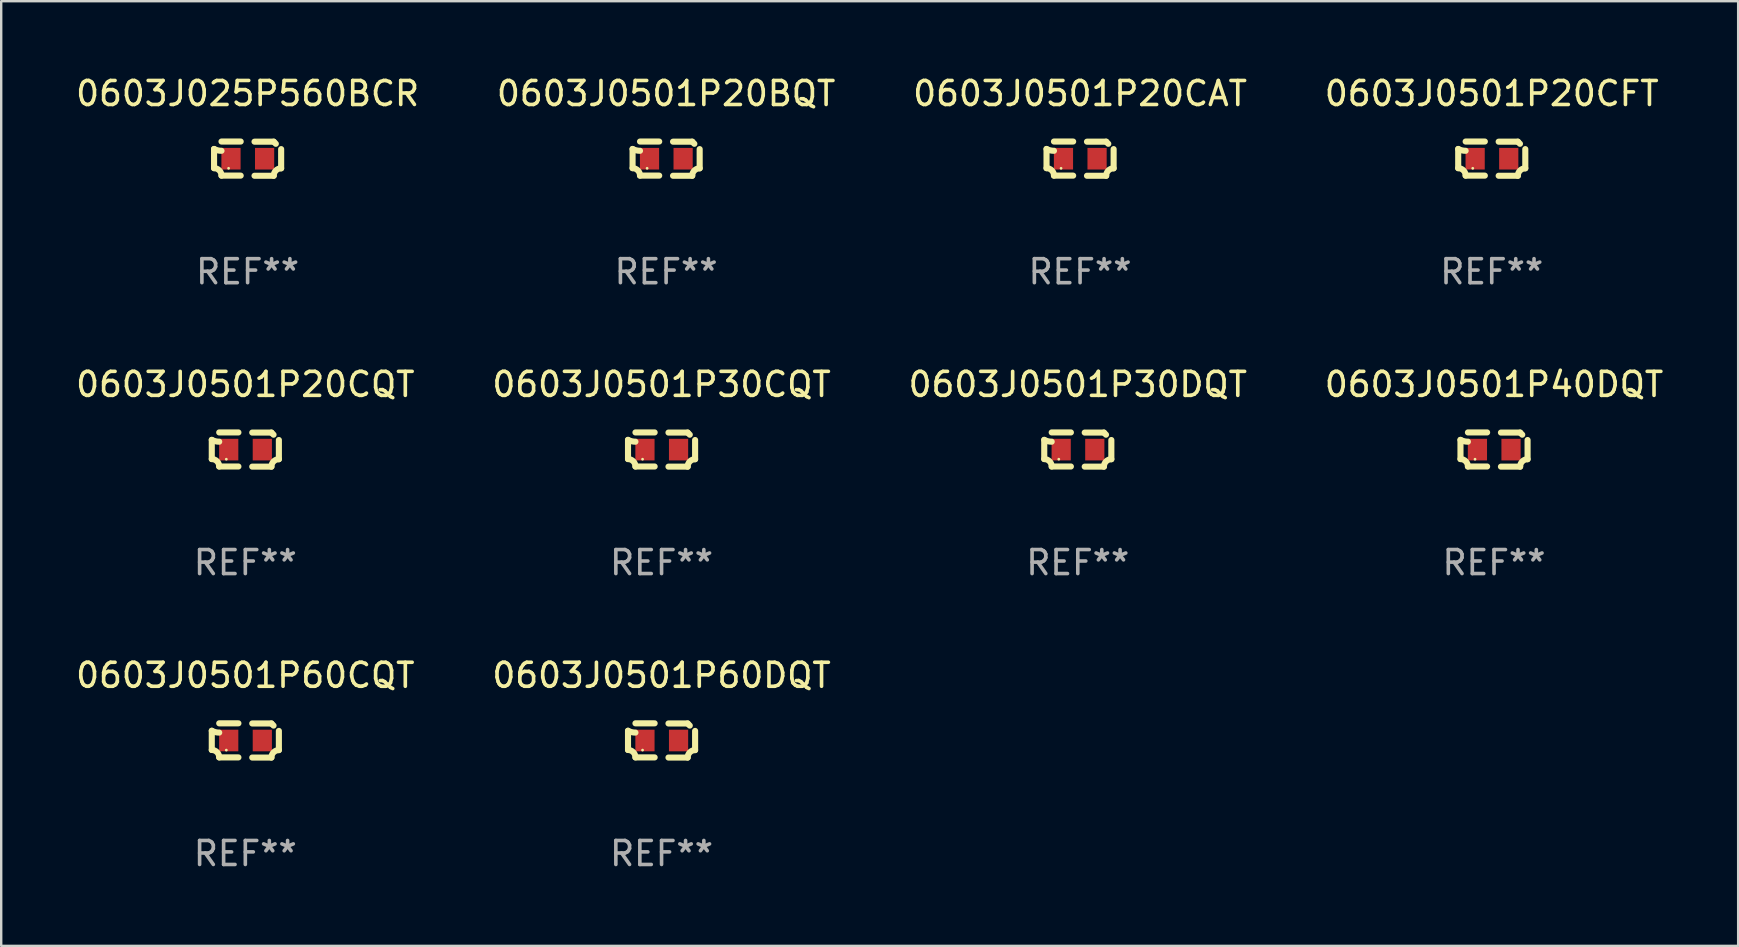
<source format=kicad_pcb>
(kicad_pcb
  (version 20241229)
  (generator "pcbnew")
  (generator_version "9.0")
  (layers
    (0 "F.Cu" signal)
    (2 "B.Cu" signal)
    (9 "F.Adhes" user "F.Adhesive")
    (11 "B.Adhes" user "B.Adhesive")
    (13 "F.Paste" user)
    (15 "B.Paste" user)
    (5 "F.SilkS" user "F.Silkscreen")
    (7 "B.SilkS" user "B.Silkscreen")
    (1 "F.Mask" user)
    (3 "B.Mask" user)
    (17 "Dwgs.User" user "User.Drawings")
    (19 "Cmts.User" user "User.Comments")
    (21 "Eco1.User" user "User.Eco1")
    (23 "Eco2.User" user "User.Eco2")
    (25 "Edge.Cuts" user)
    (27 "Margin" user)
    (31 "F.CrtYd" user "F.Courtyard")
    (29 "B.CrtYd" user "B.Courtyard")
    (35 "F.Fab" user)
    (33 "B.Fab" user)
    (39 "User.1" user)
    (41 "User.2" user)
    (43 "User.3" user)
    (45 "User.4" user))
  (footprint "0603J0501P40DQT"
    (layer "F.Cu")
    (at 59.208 15.683)
    (property "Reference" "0603J0501P40DQT" (at 0 -2.713 0) (layer "F.SilkS") (effects (font (size 1 1) (thickness 0.15))))
    (attr through_hole)
    (fp_line (start -1.398 -0.403) (end -1.398 0.397) (stroke (width 0.254) (type solid)) (layer "F.SilkS"))
    (fp_line (start -0.288 -0.713) (end -1.088 -0.713) (stroke (width 0.254) (type solid)) (layer "F.SilkS"))
    (fp_line (start -0.288 0.707) (end -1.088 0.707) (stroke (width 0.254) (type solid)) (layer "F.SilkS"))
    (fp_line (start 0.288 -0.707) (end 1.088 -0.707) (stroke (width 0.254) (type solid)) (layer "F.SilkS"))
    (fp_line (start 0.288 0.713) (end 1.088 0.713) (stroke (width 0.254) (type solid)) (layer "F.SilkS"))
    (fp_line (start 1.398 -0.397) (end 1.398 0.403) (stroke (width 0.254) (type solid)) (layer "F.SilkS"))
    (fp_arc (start -1.397789 0.397066) (mid -1.178701 0.487826) (end -1.08796 0.706922) (stroke (width 0.254001) (type solid)) (layer "F.SilkS"))
    (fp_arc (start -1.08796 -0.327176) (mid -1.247436 -0.346384) (end -1.39779 -0.402908) (stroke (width 0.254001) (type solid)) (layer "F.SilkS"))
    (fp_arc (start 1.087909 0.712738) (mid 1.178656 0.493655) (end 1.397739 0.402908) (stroke (width 0.254001) (type solid)) (layer "F.SilkS"))
    (fp_arc (start 1.175925 -0.618926) (mid 1.131917 -0.662923) (end 1.08791 -0.706922) (stroke (width 0.254001) (type solid)) (layer "F.SilkS"))
    (fp_circle (center -0.792 0.403) (end -0.762 0.403) (stroke (width 0.06) (type solid)) (fill no) (layer "F.SilkS"))
    (fp_text user "REF**" (at 0 4.713 0) (layer "F.Fab") (effects (font (size 1 1) (thickness 0.15))))
    (pad "1" smd rect (at -0.692 0.003) (size 0.8 0.9) (layers "F.Cu" "F.Mask" "F.Paste"))
    (pad "2" smd rect (at 0.708 0.003) (size 0.8 0.9) (layers "F.Cu" "F.Mask" "F.Paste")))
  (footprint "0603J025P560BCR"
    (layer "F.Cu")
    (at 7.268 3.561)
    (property "Reference" "0603J025P560BCR" (at 0 -2.713 0) (layer "F.SilkS") (effects (font (size 1 1) (thickness 0.15))))
    (attr through_hole)
    (fp_line (start -1.398 -0.403) (end -1.398 0.397) (stroke (width 0.254) (type solid)) (layer "F.SilkS"))
    (fp_line (start -0.288 -0.713) (end -1.088 -0.713) (stroke (width 0.254) (type solid)) (layer "F.SilkS"))
    (fp_line (start -0.288 0.707) (end -1.088 0.707) (stroke (width 0.254) (type solid)) (layer "F.SilkS"))
    (fp_line (start 0.288 -0.707) (end 1.088 -0.707) (stroke (width 0.254) (type solid)) (layer "F.SilkS"))
    (fp_line (start 0.288 0.713) (end 1.088 0.713) (stroke (width 0.254) (type solid)) (layer "F.SilkS"))
    (fp_line (start 1.398 -0.397) (end 1.398 0.403) (stroke (width 0.254) (type solid)) (layer "F.SilkS"))
    (fp_arc (start -1.397789 0.397066) (mid -1.178701 0.487826) (end -1.08796 0.706922) (stroke (width 0.254001) (type solid)) (layer "F.SilkS"))
    (fp_arc (start -1.08796 -0.327176) (mid -1.247436 -0.346384) (end -1.39779 -0.402908) (stroke (width 0.254001) (type solid)) (layer "F.SilkS"))
    (fp_arc (start 1.087909 0.712738) (mid 1.178656 0.493655) (end 1.397739 0.402908) (stroke (width 0.254001) (type solid)) (layer "F.SilkS"))
    (fp_arc (start 1.175925 -0.618926) (mid 1.131917 -0.662923) (end 1.08791 -0.706922) (stroke (width 0.254001) (type solid)) (layer "F.SilkS"))
    (fp_circle (center -0.792 0.403) (end -0.762 0.403) (stroke (width 0.06) (type solid)) (fill no) (layer "F.SilkS"))
    (fp_text user "REF**" (at 0 4.713 0) (layer "F.Fab") (effects (font (size 1 1) (thickness 0.15))))
    (pad "1" smd rect (at -0.692 0.003) (size 0.8 0.9) (layers "F.Cu" "F.Mask" "F.Paste"))
    (pad "2" smd rect (at 0.708 0.003) (size 0.8 0.9) (layers "F.Cu" "F.Mask" "F.Paste")))
  (footprint "0603J0501P60CQT"
    (layer "F.Cu")
    (at 7.173 27.805)
    (property "Reference" "0603J0501P60CQT" (at 0 -2.713 0) (layer "F.SilkS") (effects (font (size 1 1) (thickness 0.15))))
    (attr through_hole)
    (fp_line (start -1.398 -0.403) (end -1.398 0.397) (stroke (width 0.254) (type solid)) (layer "F.SilkS"))
    (fp_line (start -0.288 -0.713) (end -1.088 -0.713) (stroke (width 0.254) (type solid)) (layer "F.SilkS"))
    (fp_line (start -0.288 0.707) (end -1.088 0.707) (stroke (width 0.254) (type solid)) (layer "F.SilkS"))
    (fp_line (start 0.288 -0.707) (end 1.088 -0.707) (stroke (width 0.254) (type solid)) (layer "F.SilkS"))
    (fp_line (start 0.288 0.713) (end 1.088 0.713) (stroke (width 0.254) (type solid)) (layer "F.SilkS"))
    (fp_line (start 1.398 -0.397) (end 1.398 0.403) (stroke (width 0.254) (type solid)) (layer "F.SilkS"))
    (fp_arc (start -1.397789 0.397066) (mid -1.178701 0.487826) (end -1.08796 0.706922) (stroke (width 0.254001) (type solid)) (layer "F.SilkS"))
    (fp_arc (start -1.08796 -0.327176) (mid -1.247436 -0.346384) (end -1.39779 -0.402908) (stroke (width 0.254001) (type solid)) (layer "F.SilkS"))
    (fp_arc (start 1.087909 0.712738) (mid 1.178656 0.493655) (end 1.397739 0.402908) (stroke (width 0.254001) (type solid)) (layer "F.SilkS"))
    (fp_arc (start 1.175925 -0.618926) (mid 1.131917 -0.662923) (end 1.08791 -0.706922) (stroke (width 0.254001) (type solid)) (layer "F.SilkS"))
    (fp_circle (center -0.792 0.403) (end -0.762 0.403) (stroke (width 0.06) (type solid)) (fill no) (layer "F.SilkS"))
    (fp_text user "REF**" (at 0 4.713 0) (layer "F.Fab") (effects (font (size 1 1) (thickness 0.15))))
    (pad "1" smd rect (at -0.692 0.003) (size 0.8 0.9) (layers "F.Cu" "F.Mask" "F.Paste"))
    (pad "2" smd rect (at 0.708 0.003) (size 0.8 0.9) (layers "F.Cu" "F.Mask" "F.Paste")))
  (footprint "0603J0501P20CQT"
    (layer "F.Cu")
    (at 7.173 15.683)
    (property "Reference" "0603J0501P20CQT" (at 0 -2.713 0) (layer "F.SilkS") (effects (font (size 1 1) (thickness 0.15))))
    (attr through_hole)
    (fp_line (start -1.398 -0.403) (end -1.398 0.397) (stroke (width 0.254) (type solid)) (layer "F.SilkS"))
    (fp_line (start -0.288 -0.713) (end -1.088 -0.713) (stroke (width 0.254) (type solid)) (layer "F.SilkS"))
    (fp_line (start -0.288 0.707) (end -1.088 0.707) (stroke (width 0.254) (type solid)) (layer "F.SilkS"))
    (fp_line (start 0.288 -0.707) (end 1.088 -0.707) (stroke (width 0.254) (type solid)) (layer "F.SilkS"))
    (fp_line (start 0.288 0.713) (end 1.088 0.713) (stroke (width 0.254) (type solid)) (layer "F.SilkS"))
    (fp_line (start 1.398 -0.397) (end 1.398 0.403) (stroke (width 0.254) (type solid)) (layer "F.SilkS"))
    (fp_arc (start -1.397789 0.397066) (mid -1.178701 0.487826) (end -1.08796 0.706922) (stroke (width 0.254001) (type solid)) (layer "F.SilkS"))
    (fp_arc (start -1.08796 -0.327176) (mid -1.247436 -0.346384) (end -1.39779 -0.402908) (stroke (width 0.254001) (type solid)) (layer "F.SilkS"))
    (fp_arc (start 1.087909 0.712738) (mid 1.178656 0.493655) (end 1.397739 0.402908) (stroke (width 0.254001) (type solid)) (layer "F.SilkS"))
    (fp_arc (start 1.175925 -0.618926) (mid 1.131917 -0.662923) (end 1.08791 -0.706922) (stroke (width 0.254001) (type solid)) (layer "F.SilkS"))
    (fp_circle (center -0.792 0.403) (end -0.762 0.403) (stroke (width 0.06) (type solid)) (fill no) (layer "F.SilkS"))
    (fp_text user "REF**" (at 0 4.713 0) (layer "F.Fab") (effects (font (size 1 1) (thickness 0.15))))
    (pad "1" smd rect (at -0.692 0.003) (size 0.8 0.9) (layers "F.Cu" "F.Mask" "F.Paste"))
    (pad "2" smd rect (at 0.708 0.003) (size 0.8 0.9) (layers "F.Cu" "F.Mask" "F.Paste")))
  (footprint "0603J0501P20CFT"
    (layer "F.Cu")
    (at 59.113 3.561)
    (property "Reference" "0603J0501P20CFT" (at 0 -2.713 0) (layer "F.SilkS") (effects (font (size 1 1) (thickness 0.15))))
    (attr through_hole)
    (fp_line (start -1.398 -0.403) (end -1.398 0.397) (stroke (width 0.254) (type solid)) (layer "F.SilkS"))
    (fp_line (start -0.288 -0.713) (end -1.088 -0.713) (stroke (width 0.254) (type solid)) (layer "F.SilkS"))
    (fp_line (start -0.288 0.707) (end -1.088 0.707) (stroke (width 0.254) (type solid)) (layer "F.SilkS"))
    (fp_line (start 0.288 -0.707) (end 1.088 -0.707) (stroke (width 0.254) (type solid)) (layer "F.SilkS"))
    (fp_line (start 0.288 0.713) (end 1.088 0.713) (stroke (width 0.254) (type solid)) (layer "F.SilkS"))
    (fp_line (start 1.398 -0.397) (end 1.398 0.403) (stroke (width 0.254) (type solid)) (layer "F.SilkS"))
    (fp_arc (start -1.397789 0.397066) (mid -1.178701 0.487826) (end -1.08796 0.706922) (stroke (width 0.254001) (type solid)) (layer "F.SilkS"))
    (fp_arc (start -1.08796 -0.327176) (mid -1.247436 -0.346384) (end -1.39779 -0.402908) (stroke (width 0.254001) (type solid)) (layer "F.SilkS"))
    (fp_arc (start 1.087909 0.712738) (mid 1.178656 0.493655) (end 1.397739 0.402908) (stroke (width 0.254001) (type solid)) (layer "F.SilkS"))
    (fp_arc (start 1.175925 -0.618926) (mid 1.131917 -0.662923) (end 1.08791 -0.706922) (stroke (width 0.254001) (type solid)) (layer "F.SilkS"))
    (fp_circle (center -0.792 0.403) (end -0.762 0.403) (stroke (width 0.06) (type solid)) (fill no) (layer "F.SilkS"))
    (fp_text user "REF**" (at 0 4.713 0) (layer "F.Fab") (effects (font (size 1 1) (thickness 0.15))))
    (pad "1" smd rect (at -0.692 0.003) (size 0.8 0.9) (layers "F.Cu" "F.Mask" "F.Paste"))
    (pad "2" smd rect (at 0.708 0.003) (size 0.8 0.9) (layers "F.Cu" "F.Mask" "F.Paste")))
  (footprint "0603J0501P60DQT"
    (layer "F.Cu")
    (at 24.518 27.805)
    (property "Reference" "0603J0501P60DQT" (at 0 -2.713 0) (layer "F.SilkS") (effects (font (size 1 1) (thickness 0.15))))
    (attr through_hole)
    (fp_line (start -1.398 -0.403) (end -1.398 0.397) (stroke (width 0.254) (type solid)) (layer "F.SilkS"))
    (fp_line (start -0.288 -0.713) (end -1.088 -0.713) (stroke (width 0.254) (type solid)) (layer "F.SilkS"))
    (fp_line (start -0.288 0.707) (end -1.088 0.707) (stroke (width 0.254) (type solid)) (layer "F.SilkS"))
    (fp_line (start 0.288 -0.707) (end 1.088 -0.707) (stroke (width 0.254) (type solid)) (layer "F.SilkS"))
    (fp_line (start 0.288 0.713) (end 1.088 0.713) (stroke (width 0.254) (type solid)) (layer "F.SilkS"))
    (fp_line (start 1.398 -0.397) (end 1.398 0.403) (stroke (width 0.254) (type solid)) (layer "F.SilkS"))
    (fp_arc (start -1.397789 0.397066) (mid -1.178701 0.487826) (end -1.08796 0.706922) (stroke (width 0.254001) (type solid)) (layer "F.SilkS"))
    (fp_arc (start -1.08796 -0.327176) (mid -1.247436 -0.346384) (end -1.39779 -0.402908) (stroke (width 0.254001) (type solid)) (layer "F.SilkS"))
    (fp_arc (start 1.087909 0.712738) (mid 1.178656 0.493655) (end 1.397739 0.402908) (stroke (width 0.254001) (type solid)) (layer "F.SilkS"))
    (fp_arc (start 1.175925 -0.618926) (mid 1.131917 -0.662923) (end 1.08791 -0.706922) (stroke (width 0.254001) (type solid)) (layer "F.SilkS"))
    (fp_circle (center -0.792 0.403) (end -0.762 0.403) (stroke (width 0.06) (type solid)) (fill no) (layer "F.SilkS"))
    (fp_text user "REF**" (at 0 4.713 0) (layer "F.Fab") (effects (font (size 1 1) (thickness 0.15))))
    (pad "1" smd rect (at -0.692 0.003) (size 0.8 0.9) (layers "F.Cu" "F.Mask" "F.Paste"))
    (pad "2" smd rect (at 0.708 0.003) (size 0.8 0.9) (layers "F.Cu" "F.Mask" "F.Paste")))
  (footprint "0603J0501P20CAT"
    (layer "F.Cu")
    (at 41.958 3.561)
    (property "Reference" "0603J0501P20CAT" (at 0 -2.713 0) (layer "F.SilkS") (effects (font (size 1 1) (thickness 0.15))))
    (attr through_hole)
    (fp_line (start -1.398 -0.403) (end -1.398 0.397) (stroke (width 0.254) (type solid)) (layer "F.SilkS"))
    (fp_line (start -0.288 -0.713) (end -1.088 -0.713) (stroke (width 0.254) (type solid)) (layer "F.SilkS"))
    (fp_line (start -0.288 0.707) (end -1.088 0.707) (stroke (width 0.254) (type solid)) (layer "F.SilkS"))
    (fp_line (start 0.288 -0.707) (end 1.088 -0.707) (stroke (width 0.254) (type solid)) (layer "F.SilkS"))
    (fp_line (start 0.288 0.713) (end 1.088 0.713) (stroke (width 0.254) (type solid)) (layer "F.SilkS"))
    (fp_line (start 1.398 -0.397) (end 1.398 0.403) (stroke (width 0.254) (type solid)) (layer "F.SilkS"))
    (fp_arc (start -1.397789 0.397066) (mid -1.178701 0.487826) (end -1.08796 0.706922) (stroke (width 0.254001) (type solid)) (layer "F.SilkS"))
    (fp_arc (start -1.08796 -0.327176) (mid -1.247436 -0.346384) (end -1.39779 -0.402908) (stroke (width 0.254001) (type solid)) (layer "F.SilkS"))
    (fp_arc (start 1.087909 0.712738) (mid 1.178656 0.493655) (end 1.397739 0.402908) (stroke (width 0.254001) (type solid)) (layer "F.SilkS"))
    (fp_arc (start 1.175925 -0.618926) (mid 1.131917 -0.662923) (end 1.08791 -0.706922) (stroke (width 0.254001) (type solid)) (layer "F.SilkS"))
    (fp_circle (center -0.792 0.403) (end -0.762 0.403) (stroke (width 0.06) (type solid)) (fill no) (layer "F.SilkS"))
    (fp_text user "REF**" (at 0 4.713 0) (layer "F.Fab") (effects (font (size 1 1) (thickness 0.15))))
    (pad "1" smd rect (at -0.692 0.003) (size 0.8 0.9) (layers "F.Cu" "F.Mask" "F.Paste"))
    (pad "2" smd rect (at 0.708 0.003) (size 0.8 0.9) (layers "F.Cu" "F.Mask" "F.Paste")))
  (footprint "0603J0501P20BQT"
    (layer "F.Cu")
    (at 24.708 3.561)
    (property "Reference" "0603J0501P20BQT" (at 0 -2.713 0) (layer "F.SilkS") (effects (font (size 1 1) (thickness 0.15))))
    (attr through_hole)
    (fp_line (start -1.398 -0.403) (end -1.398 0.397) (stroke (width 0.254) (type solid)) (layer "F.SilkS"))
    (fp_line (start -0.288 -0.713) (end -1.088 -0.713) (stroke (width 0.254) (type solid)) (layer "F.SilkS"))
    (fp_line (start -0.288 0.707) (end -1.088 0.707) (stroke (width 0.254) (type solid)) (layer "F.SilkS"))
    (fp_line (start 0.288 -0.707) (end 1.088 -0.707) (stroke (width 0.254) (type solid)) (layer "F.SilkS"))
    (fp_line (start 0.288 0.713) (end 1.088 0.713) (stroke (width 0.254) (type solid)) (layer "F.SilkS"))
    (fp_line (start 1.398 -0.397) (end 1.398 0.403) (stroke (width 0.254) (type solid)) (layer "F.SilkS"))
    (fp_arc (start -1.397789 0.397066) (mid -1.178701 0.487826) (end -1.08796 0.706922) (stroke (width 0.254001) (type solid)) (layer "F.SilkS"))
    (fp_arc (start -1.08796 -0.327176) (mid -1.247436 -0.346384) (end -1.39779 -0.402908) (stroke (width 0.254001) (type solid)) (layer "F.SilkS"))
    (fp_arc (start 1.087909 0.712738) (mid 1.178656 0.493655) (end 1.397739 0.402908) (stroke (width 0.254001) (type solid)) (layer "F.SilkS"))
    (fp_arc (start 1.175925 -0.618926) (mid 1.131917 -0.662923) (end 1.08791 -0.706922) (stroke (width 0.254001) (type solid)) (layer "F.SilkS"))
    (fp_circle (center -0.792 0.403) (end -0.762 0.403) (stroke (width 0.06) (type solid)) (fill no) (layer "F.SilkS"))
    (fp_text user "REF**" (at 0 4.713 0) (layer "F.Fab") (effects (font (size 1 1) (thickness 0.15))))
    (pad "1" smd rect (at -0.692 0.003) (size 0.8 0.9) (layers "F.Cu" "F.Mask" "F.Paste"))
    (pad "2" smd rect (at 0.708 0.003) (size 0.8 0.9) (layers "F.Cu" "F.Mask" "F.Paste")))
  (footprint "0603J0501P30CQT"
    (layer "F.Cu")
    (at 24.518 15.683)
    (property "Reference" "0603J0501P30CQT" (at 0 -2.713 0) (layer "F.SilkS") (effects (font (size 1 1) (thickness 0.15))))
    (attr through_hole)
    (fp_line (start -1.398 -0.403) (end -1.398 0.397) (stroke (width 0.254) (type solid)) (layer "F.SilkS"))
    (fp_line (start -0.288 -0.713) (end -1.088 -0.713) (stroke (width 0.254) (type solid)) (layer "F.SilkS"))
    (fp_line (start -0.288 0.707) (end -1.088 0.707) (stroke (width 0.254) (type solid)) (layer "F.SilkS"))
    (fp_line (start 0.288 -0.707) (end 1.088 -0.707) (stroke (width 0.254) (type solid)) (layer "F.SilkS"))
    (fp_line (start 0.288 0.713) (end 1.088 0.713) (stroke (width 0.254) (type solid)) (layer "F.SilkS"))
    (fp_line (start 1.398 -0.397) (end 1.398 0.403) (stroke (width 0.254) (type solid)) (layer "F.SilkS"))
    (fp_arc (start -1.397789 0.397066) (mid -1.178701 0.487826) (end -1.08796 0.706922) (stroke (width 0.254001) (type solid)) (layer "F.SilkS"))
    (fp_arc (start -1.08796 -0.327176) (mid -1.247436 -0.346384) (end -1.39779 -0.402908) (stroke (width 0.254001) (type solid)) (layer "F.SilkS"))
    (fp_arc (start 1.087909 0.712738) (mid 1.178656 0.493655) (end 1.397739 0.402908) (stroke (width 0.254001) (type solid)) (layer "F.SilkS"))
    (fp_arc (start 1.175925 -0.618926) (mid 1.131917 -0.662923) (end 1.08791 -0.706922) (stroke (width 0.254001) (type solid)) (layer "F.SilkS"))
    (fp_circle (center -0.792 0.403) (end -0.762 0.403) (stroke (width 0.06) (type solid)) (fill no) (layer "F.SilkS"))
    (fp_text user "REF**" (at 0 4.713 0) (layer "F.Fab") (effects (font (size 1 1) (thickness 0.15))))
    (pad "1" smd rect (at -0.692 0.003) (size 0.8 0.9) (layers "F.Cu" "F.Mask" "F.Paste"))
    (pad "2" smd rect (at 0.708 0.003) (size 0.8 0.9) (layers "F.Cu" "F.Mask" "F.Paste")))
  (footprint "0603J0501P30DQT"
    (layer "F.Cu")
    (at 41.863 15.683)
    (property "Reference" "0603J0501P30DQT" (at 0 -2.713 0) (layer "F.SilkS") (effects (font (size 1 1) (thickness 0.15))))
    (attr through_hole)
    (fp_line (start -1.398 -0.403) (end -1.398 0.397) (stroke (width 0.254) (type solid)) (layer "F.SilkS"))
    (fp_line (start -0.288 -0.713) (end -1.088 -0.713) (stroke (width 0.254) (type solid)) (layer "F.SilkS"))
    (fp_line (start -0.288 0.707) (end -1.088 0.707) (stroke (width 0.254) (type solid)) (layer "F.SilkS"))
    (fp_line (start 0.288 -0.707) (end 1.088 -0.707) (stroke (width 0.254) (type solid)) (layer "F.SilkS"))
    (fp_line (start 0.288 0.713) (end 1.088 0.713) (stroke (width 0.254) (type solid)) (layer "F.SilkS"))
    (fp_line (start 1.398 -0.397) (end 1.398 0.403) (stroke (width 0.254) (type solid)) (layer "F.SilkS"))
    (fp_arc (start -1.397789 0.397066) (mid -1.178701 0.487826) (end -1.08796 0.706922) (stroke (width 0.254001) (type solid)) (layer "F.SilkS"))
    (fp_arc (start -1.08796 -0.327176) (mid -1.247436 -0.346384) (end -1.39779 -0.402908) (stroke (width 0.254001) (type solid)) (layer "F.SilkS"))
    (fp_arc (start 1.087909 0.712738) (mid 1.178656 0.493655) (end 1.397739 0.402908) (stroke (width 0.254001) (type solid)) (layer "F.SilkS"))
    (fp_arc (start 1.175925 -0.618926) (mid 1.131917 -0.662923) (end 1.08791 -0.706922) (stroke (width 0.254001) (type solid)) (layer "F.SilkS"))
    (fp_circle (center -0.792 0.403) (end -0.762 0.403) (stroke (width 0.06) (type solid)) (fill no) (layer "F.SilkS"))
    (fp_text user "REF**" (at 0 4.713 0) (layer "F.Fab") (effects (font (size 1 1) (thickness 0.15))))
    (pad "1" smd rect (at -0.692 0.003) (size 0.8 0.9) (layers "F.Cu" "F.Mask" "F.Paste"))
    (pad "2" smd rect (at 0.708 0.003) (size 0.8 0.9) (layers "F.Cu" "F.Mask" "F.Paste")))
  (gr_rect
    (start -3 -3)
    (end 69.381 36.366)
    (stroke (width 0.1) (type default))
    (fill no)
    (layer "Edge.Cuts")))
</source>
